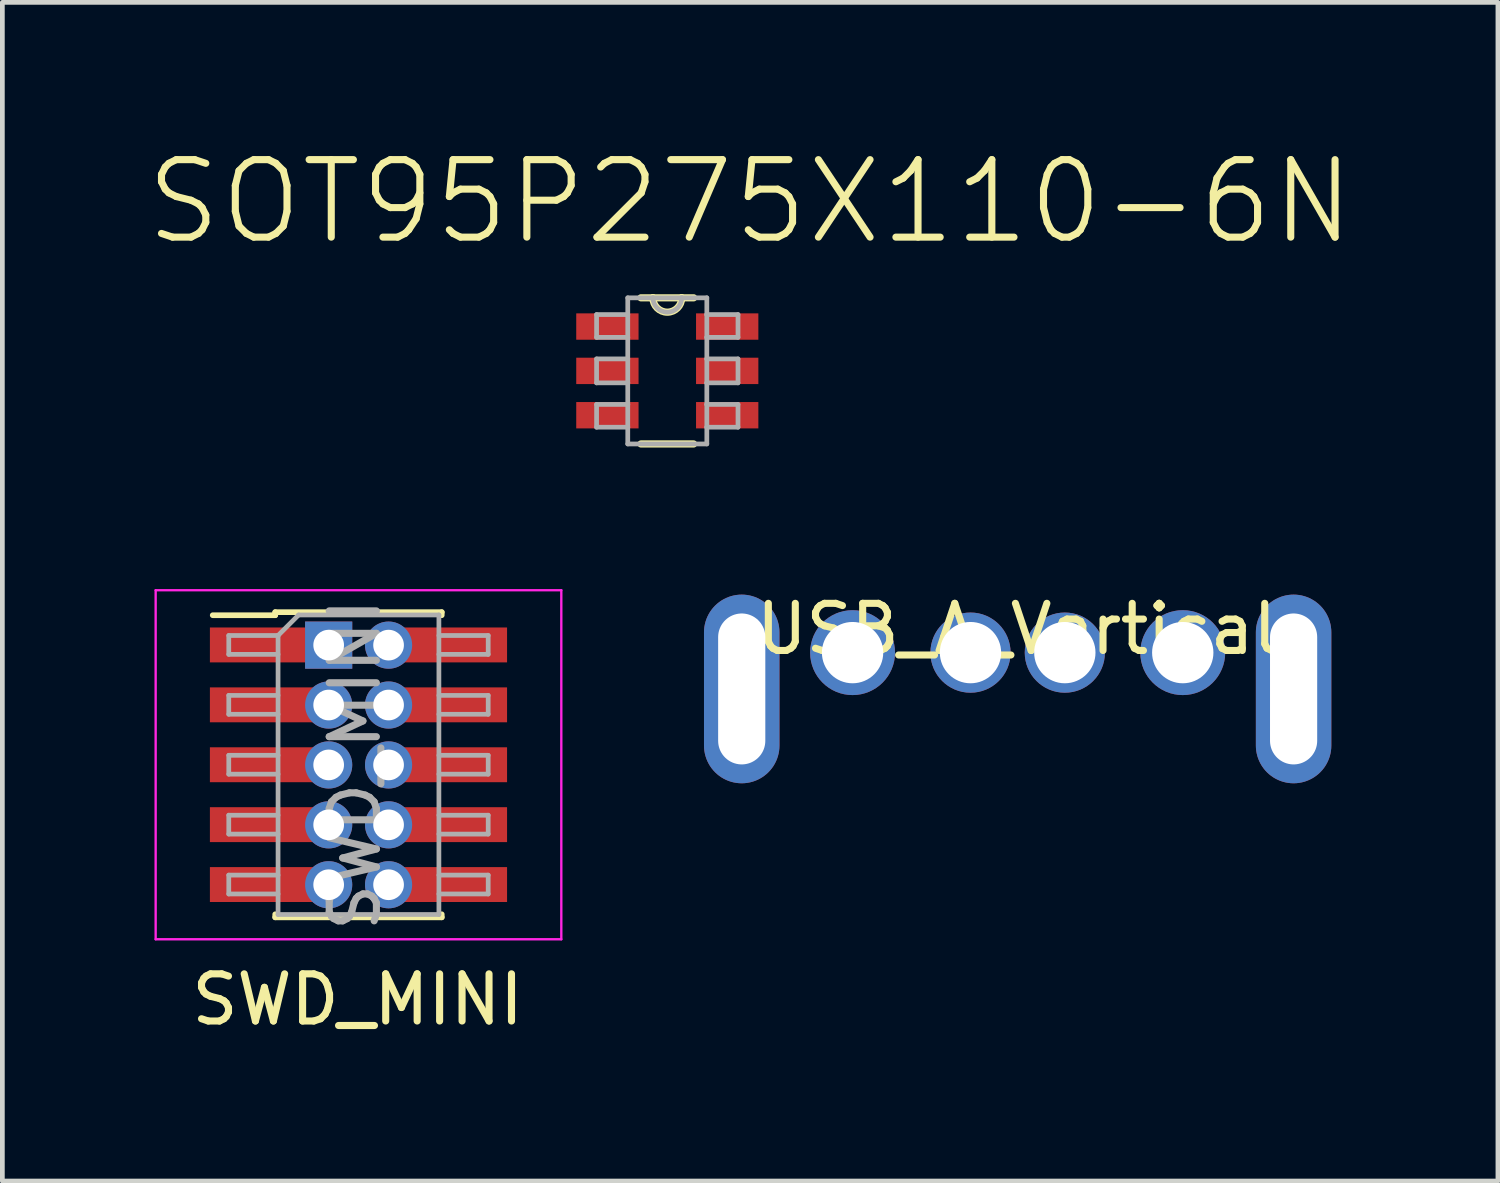
<source format=kicad_pcb>
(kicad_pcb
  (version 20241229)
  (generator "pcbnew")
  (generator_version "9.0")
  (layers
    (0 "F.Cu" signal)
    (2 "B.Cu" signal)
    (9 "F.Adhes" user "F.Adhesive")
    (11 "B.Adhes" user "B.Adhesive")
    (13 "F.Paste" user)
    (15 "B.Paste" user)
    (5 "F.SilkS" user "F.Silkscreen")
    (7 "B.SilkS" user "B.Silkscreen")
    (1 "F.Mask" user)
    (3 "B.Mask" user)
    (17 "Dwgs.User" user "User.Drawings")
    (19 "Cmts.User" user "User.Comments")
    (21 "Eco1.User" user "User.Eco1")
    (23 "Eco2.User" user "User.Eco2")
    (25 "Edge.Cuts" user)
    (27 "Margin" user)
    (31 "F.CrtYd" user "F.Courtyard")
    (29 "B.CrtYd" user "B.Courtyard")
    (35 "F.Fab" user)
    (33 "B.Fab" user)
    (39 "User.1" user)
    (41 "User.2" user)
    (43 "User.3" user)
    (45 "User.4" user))
  (footprint "SOT95P275X110-6N"
    (layer "F.Cu")
    (at 11.097 4.813)
    (property "Reference" "SOT95P275X110-6N" (at 1.756 -3.588 0) (layer "F.SilkS") (effects (font (size 1.643 1.643) (thickness 0.15))))
    (attr through_hole)
    (fp_line (start -0.559 1.549) (end 0.559 1.549) (stroke (width 0.152) (type solid)) (layer "F.SilkS"))
    (fp_line (start -0.305 -1.549) (end -0.559 -1.549) (stroke (width 0.152) (type solid)) (layer "F.SilkS"))
    (fp_line (start 0.305 -1.549) (end -0.305 -1.549) (stroke (width 0.152) (type solid)) (layer "F.SilkS"))
    (fp_line (start 0.559 -1.549) (end 0.305 -1.549) (stroke (width 0.152) (type solid)) (layer "F.SilkS"))
    (fp_arc (start 0.3048 -1.5494) (mid 0 -1.2446) (end -0.3048 -1.5494) (stroke (width 0.1524) (type solid)) (layer "F.SilkS"))
    (fp_line (start -1.499 -1.194) (end -1.499 -0.711) (stroke (width 0.1) (type solid)) (layer "F.Fab"))
    (fp_line (start -1.499 -0.711) (end -0.838 -0.711) (stroke (width 0.1) (type solid)) (layer "F.Fab"))
    (fp_line (start -1.499 -0.254) (end -1.499 0.254) (stroke (width 0.1) (type solid)) (layer "F.Fab"))
    (fp_line (start -1.499 0.254) (end -0.838 0.254) (stroke (width 0.1) (type solid)) (layer "F.Fab"))
    (fp_line (start -1.499 0.711) (end -1.499 1.194) (stroke (width 0.1) (type solid)) (layer "F.Fab"))
    (fp_line (start -1.499 1.194) (end -0.838 1.194) (stroke (width 0.1) (type solid)) (layer "F.Fab"))
    (fp_line (start -0.838 -1.549) (end -0.838 -1.194) (stroke (width 0.1) (type solid)) (layer "F.Fab"))
    (fp_line (start -0.838 -1.194) (end -1.499 -1.194) (stroke (width 0.1) (type solid)) (layer "F.Fab"))
    (fp_line (start -0.838 -1.194) (end -0.838 -0.711) (stroke (width 0.1) (type solid)) (layer "F.Fab"))
    (fp_line (start -0.838 -0.711) (end -0.838 -0.254) (stroke (width 0.1) (type solid)) (layer "F.Fab"))
    (fp_line (start -0.838 -0.254) (end -1.499 -0.254) (stroke (width 0.1) (type solid)) (layer "F.Fab"))
    (fp_line (start -0.838 -0.254) (end -0.838 0.254) (stroke (width 0.1) (type solid)) (layer "F.Fab"))
    (fp_line (start -0.838 0.254) (end -0.838 0.711) (stroke (width 0.1) (type solid)) (layer "F.Fab"))
    (fp_line (start -0.838 0.711) (end -1.499 0.711) (stroke (width 0.1) (type solid)) (layer "F.Fab"))
    (fp_line (start -0.838 1.194) (end -0.838 0.711) (stroke (width 0.1) (type solid)) (layer "F.Fab"))
    (fp_line (start -0.838 1.549) (end -0.838 1.194) (stroke (width 0.1) (type solid)) (layer "F.Fab"))
    (fp_line (start -0.838 1.549) (end 0.838 1.549) (stroke (width 0.1) (type solid)) (layer "F.Fab"))
    (fp_line (start -0.305 -1.549) (end -0.838 -1.549) (stroke (width 0.1) (type solid)) (layer "F.Fab"))
    (fp_line (start 0.305 -1.549) (end -0.305 -1.549) (stroke (width 0.1) (type solid)) (layer "F.Fab"))
    (fp_line (start 0.838 -1.549) (end 0.305 -1.549) (stroke (width 0.1) (type solid)) (layer "F.Fab"))
    (fp_line (start 0.838 -1.549) (end 0.838 -1.194) (stroke (width 0.1) (type solid)) (layer "F.Fab"))
    (fp_line (start 0.838 -1.194) (end 0.838 -0.711) (stroke (width 0.1) (type solid)) (layer "F.Fab"))
    (fp_line (start 0.838 -0.711) (end 1.499 -0.711) (stroke (width 0.1) (type solid)) (layer "F.Fab"))
    (fp_line (start 0.838 -0.254) (end 0.838 -0.711) (stroke (width 0.1) (type solid)) (layer "F.Fab"))
    (fp_line (start 0.838 0.254) (end 0.838 -0.254) (stroke (width 0.1) (type solid)) (layer "F.Fab"))
    (fp_line (start 0.838 0.254) (end 1.499 0.254) (stroke (width 0.1) (type solid)) (layer "F.Fab"))
    (fp_line (start 0.838 0.711) (end 0.838 0.254) (stroke (width 0.1) (type solid)) (layer "F.Fab"))
    (fp_line (start 0.838 1.194) (end 0.838 0.711) (stroke (width 0.1) (type solid)) (layer "F.Fab"))
    (fp_line (start 0.838 1.194) (end 1.499 1.194) (stroke (width 0.1) (type solid)) (layer "F.Fab"))
    (fp_line (start 0.838 1.549) (end 0.838 1.194) (stroke (width 0.1) (type solid)) (layer "F.Fab"))
    (fp_line (start 1.499 -1.194) (end 0.838 -1.194) (stroke (width 0.1) (type solid)) (layer "F.Fab"))
    (fp_line (start 1.499 -0.711) (end 1.499 -1.194) (stroke (width 0.1) (type solid)) (layer "F.Fab"))
    (fp_line (start 1.499 -0.254) (end 0.838 -0.254) (stroke (width 0.1) (type solid)) (layer "F.Fab"))
    (fp_line (start 1.499 0.254) (end 1.499 -0.254) (stroke (width 0.1) (type solid)) (layer "F.Fab"))
    (fp_line (start 1.499 0.711) (end 0.838 0.711) (stroke (width 0.1) (type solid)) (layer "F.Fab"))
    (fp_line (start 1.499 1.194) (end 1.499 0.711) (stroke (width 0.1) (type solid)) (layer "F.Fab"))
    (fp_arc (start 0.3048 -1.5494) (mid 0 -1.2446) (end -0.3048 -1.5494) (stroke (width 0.1) (type solid)) (layer "F.Fab"))
    (pad "1" smd rect (at -1.27 -0.94) (size 1.321 0.559) (layers "F.Cu" "F.Mask" "F.Paste"))
    (pad "2" smd rect (at -1.27 0) (size 1.321 0.559) (layers "F.Cu" "F.Mask" "F.Paste"))
    (pad "3" smd rect (at -1.27 0.94) (size 1.321 0.559) (layers "F.Cu" "F.Mask" "F.Paste"))
    (pad "4" smd rect (at 1.27 0.94) (size 1.321 0.559) (layers "F.Cu" "F.Mask" "F.Paste"))
    (pad "5" smd rect (at 1.27 0) (size 1.321 0.559) (layers "F.Cu" "F.Mask" "F.Paste"))
    (pad "6" smd rect (at 1.27 -0.94) (size 1.321 0.559) (layers "F.Cu" "F.Mask" "F.Paste")))
  (footprint "SWD_MINI"
    (layer "F.Cu")
    (at 0.25 16.863)
    (property "Reference" "SWD_MINI" (at 4.282 1.278 0) (unlocked yes) (layer "F.SilkS") (effects (font (size 1 1) (thickness 0.15))))
    (fp_line (start 1.21 -6.87) (end 2.535 -6.87) (stroke (width 0.12) (type solid)) (layer "F.SilkS"))
    (fp_line (start 2.535 -6.935) (end 2.535 -6.87) (stroke (width 0.12) (type solid)) (layer "F.SilkS"))
    (fp_line (start 2.535 -6.935) (end 6.065 -6.935) (stroke (width 0.12) (type solid)) (layer "F.SilkS"))
    (fp_line (start 2.535 -0.53) (end 2.535 -0.465) (stroke (width 0.12) (type solid)) (layer "F.SilkS"))
    (fp_line (start 2.535 -0.465) (end 6.065 -0.465) (stroke (width 0.12) (type solid)) (layer "F.SilkS"))
    (fp_line (start 6.065 -6.935) (end 6.065 -6.87) (stroke (width 0.12) (type solid)) (layer "F.SilkS"))
    (fp_line (start 6.065 -0.53) (end 6.065 -0.465) (stroke (width 0.12) (type solid)) (layer "F.SilkS"))
    (fp_line (start 0 -7.4) (end 0 0) (stroke (width 0.05) (type solid)) (layer "F.CrtYd"))
    (fp_line (start 0 0) (end 8.6 0) (stroke (width 0.05) (type solid)) (layer "F.CrtYd"))
    (fp_line (start 8.6 -7.4) (end 0 -7.4) (stroke (width 0.05) (type solid)) (layer "F.CrtYd"))
    (fp_line (start 8.6 0) (end 8.6 -7.4) (stroke (width 0.05) (type solid)) (layer "F.CrtYd"))
    (fp_line (start 1.55 -6.44) (end 1.55 -6.04) (stroke (width 0.1) (type solid)) (layer "F.Fab"))
    (fp_line (start 1.55 -6.04) (end 2.595 -6.04) (stroke (width 0.1) (type solid)) (layer "F.Fab"))
    (fp_line (start 1.55 -5.17) (end 1.55 -4.77) (stroke (width 0.1) (type solid)) (layer "F.Fab"))
    (fp_line (start 1.55 -4.77) (end 2.595 -4.77) (stroke (width 0.1) (type solid)) (layer "F.Fab"))
    (fp_line (start 1.55 -3.9) (end 1.55 -3.5) (stroke (width 0.1) (type solid)) (layer "F.Fab"))
    (fp_line (start 1.55 -3.5) (end 2.595 -3.5) (stroke (width 0.1) (type solid)) (layer "F.Fab"))
    (fp_line (start 1.55 -2.63) (end 1.55 -2.23) (stroke (width 0.1) (type solid)) (layer "F.Fab"))
    (fp_line (start 1.55 -2.23) (end 2.595 -2.23) (stroke (width 0.1) (type solid)) (layer "F.Fab"))
    (fp_line (start 1.55 -1.36) (end 1.55 -0.96) (stroke (width 0.1) (type solid)) (layer "F.Fab"))
    (fp_line (start 1.55 -0.96) (end 2.595 -0.96) (stroke (width 0.1) (type solid)) (layer "F.Fab"))
    (fp_line (start 2.595 -6.44) (end 1.55 -6.44) (stroke (width 0.1) (type solid)) (layer "F.Fab"))
    (fp_line (start 2.595 -6.44) (end 3.03 -6.875) (stroke (width 0.1) (type solid)) (layer "F.Fab"))
    (fp_line (start 2.595 -5.17) (end 1.55 -5.17) (stroke (width 0.1) (type solid)) (layer "F.Fab"))
    (fp_line (start 2.595 -3.9) (end 1.55 -3.9) (stroke (width 0.1) (type solid)) (layer "F.Fab"))
    (fp_line (start 2.595 -2.63) (end 1.55 -2.63) (stroke (width 0.1) (type solid)) (layer "F.Fab"))
    (fp_line (start 2.595 -1.36) (end 1.55 -1.36) (stroke (width 0.1) (type solid)) (layer "F.Fab"))
    (fp_line (start 2.595 -0.525) (end 2.595 -6.44) (stroke (width 0.1) (type solid)) (layer "F.Fab"))
    (fp_line (start 3.03 -6.875) (end 6.005 -6.875) (stroke (width 0.1) (type solid)) (layer "F.Fab"))
    (fp_line (start 6.005 -6.875) (end 6.005 -0.525) (stroke (width 0.1) (type solid)) (layer "F.Fab"))
    (fp_line (start 6.005 -6.44) (end 7.05 -6.44) (stroke (width 0.1) (type solid)) (layer "F.Fab"))
    (fp_line (start 6.005 -5.17) (end 7.05 -5.17) (stroke (width 0.1) (type solid)) (layer "F.Fab"))
    (fp_line (start 6.005 -3.9) (end 7.05 -3.9) (stroke (width 0.1) (type solid)) (layer "F.Fab"))
    (fp_line (start 6.005 -2.63) (end 7.05 -2.63) (stroke (width 0.1) (type solid)) (layer "F.Fab"))
    (fp_line (start 6.005 -1.36) (end 7.05 -1.36) (stroke (width 0.1) (type solid)) (layer "F.Fab"))
    (fp_line (start 6.005 -0.525) (end 2.595 -0.525) (stroke (width 0.1) (type solid)) (layer "F.Fab"))
    (fp_line (start 7.05 -6.44) (end 7.05 -6.04) (stroke (width 0.1) (type solid)) (layer "F.Fab"))
    (fp_line (start 7.05 -6.04) (end 6.005 -6.04) (stroke (width 0.1) (type solid)) (layer "F.Fab"))
    (fp_line (start 7.05 -5.17) (end 7.05 -4.77) (stroke (width 0.1) (type solid)) (layer "F.Fab"))
    (fp_line (start 7.05 -4.77) (end 6.005 -4.77) (stroke (width 0.1) (type solid)) (layer "F.Fab"))
    (fp_line (start 7.05 -3.9) (end 7.05 -3.5) (stroke (width 0.1) (type solid)) (layer "F.Fab"))
    (fp_line (start 7.05 -3.5) (end 6.005 -3.5) (stroke (width 0.1) (type solid)) (layer "F.Fab"))
    (fp_line (start 7.05 -2.63) (end 7.05 -2.23) (stroke (width 0.1) (type solid)) (layer "F.Fab"))
    (fp_line (start 7.05 -2.23) (end 6.005 -2.23) (stroke (width 0.1) (type solid)) (layer "F.Fab"))
    (fp_line (start 7.05 -1.36) (end 7.05 -0.96) (stroke (width 0.1) (type solid)) (layer "F.Fab"))
    (fp_line (start 7.05 -0.96) (end 6.005 -0.96) (stroke (width 0.1) (type solid)) (layer "F.Fab"))
    (fp_text user "${REFERENCE}" (at 4.225 -3.7 90) (layer "F.Fab") (effects (font (size 1 1) (thickness 0.15))))
    (pad "1" smd rect (at 2.35 -6.24) (size 2.4 0.74) (layers "F.Cu" "F.Mask" "F.Paste"))
    (pad "1" thru_hole rect (at 3.668 -6.236) (size 1 1) (drill 0.65) (layers "*.Cu" "*.Mask"))
    (pad "2" thru_hole oval (at 4.938 -6.236) (size 1 1) (drill 0.65) (layers "*.Cu" "*.Mask"))
    (pad "2" smd rect (at 6.25 -6.24) (size 2.4 0.74) (layers "F.Cu" "F.Mask" "F.Paste"))
    (pad "3" smd rect (at 2.35 -4.97) (size 2.4 0.74) (layers "F.Cu" "F.Mask" "F.Paste"))
    (pad "3" thru_hole oval (at 3.668 -4.966) (size 1 1) (drill 0.65) (layers "*.Cu" "*.Mask"))
    (pad "4" thru_hole oval (at 4.938 -4.966) (size 1 1) (drill 0.65) (layers "*.Cu" "*.Mask"))
    (pad "4" smd rect (at 6.25 -4.97) (size 2.4 0.74) (layers "F.Cu" "F.Mask" "F.Paste"))
    (pad "5" smd rect (at 2.35 -3.7) (size 2.4 0.74) (layers "F.Cu" "F.Mask" "F.Paste"))
    (pad "5" thru_hole oval (at 3.668 -3.696) (size 1 1) (drill 0.65) (layers "*.Cu" "*.Mask"))
    (pad "6" thru_hole oval (at 4.938 -3.696) (size 1 1) (drill 0.65) (layers "*.Cu" "*.Mask"))
    (pad "6" smd rect (at 6.25 -3.7) (size 2.4 0.74) (layers "F.Cu" "F.Mask" "F.Paste"))
    (pad "7" smd rect (at 2.35 -2.43) (size 2.4 0.74) (layers "F.Cu" "F.Mask" "F.Paste"))
    (pad "7" thru_hole oval (at 3.668 -2.426) (size 1 1) (drill 0.65) (layers "*.Cu" "*.Mask"))
    (pad "8" thru_hole oval (at 4.938 -2.426) (size 1 1) (drill 0.65) (layers "*.Cu" "*.Mask"))
    (pad "8" smd rect (at 6.25 -2.43) (size 2.4 0.74) (layers "F.Cu" "F.Mask" "F.Paste"))
    (pad "9" smd rect (at 2.35 -1.16) (size 2.4 0.74) (layers "F.Cu" "F.Mask" "F.Paste"))
    (pad "9" thru_hole oval (at 3.668 -1.156) (size 1 1) (drill 0.65) (layers "*.Cu" "*.Mask"))
    (pad "10" thru_hole oval (at 4.938 -1.156) (size 1 1) (drill 0.65) (layers "*.Cu" "*.Mask"))
    (pad "10" smd rect (at 6.25 -1.16) (size 2.4 0.74) (layers "F.Cu" "F.Mask" "F.Paste")))
  (footprint "USB_A_Vertical"
    (layer "F.Cu")
    (at 18.525 10.786)
    (property "Reference" "USB_A_Vertical" (at 0 -0.5 0) (unlocked yes) (layer "F.SilkS") (effects (font (size 1 1) (thickness 0.15))))
    (attr through_hole)
    (pad "1" thru_hole circle (at -3.5 0) (size 1.8 1.8) (drill 1.3) (layers "*.Cu" "*.Mask"))
    (pad "2" thru_hole circle (at -1 0) (size 1.7 1.7) (drill 1.3) (layers "*.Cu" "*.Mask"))
    (pad "3" thru_hole circle (at 1 0) (size 1.7 1.7) (drill 1.3) (layers "*.Cu" "*.Mask"))
    (pad "4" thru_hole circle (at 3.5 0) (size 1.8 1.8) (drill 1.3) (layers "*.Cu" "*.Mask"))
    (pad "5" thru_hole oval (at -5.85 0.77) (size 1.6 4) (drill oval 1 3.2) (layers "*.Cu" "*.Mask"))
    (pad "5" thru_hole oval (at 5.85 0.77) (size 1.6 4) (drill oval 1 3.2) (layers "*.Cu" "*.Mask")))
  (gr_rect
    (start -3 -3)
    (end 28.707 21.989)
    (stroke (width 0.1) (type default))
    (fill no)
    (layer "Edge.Cuts")))
</source>
